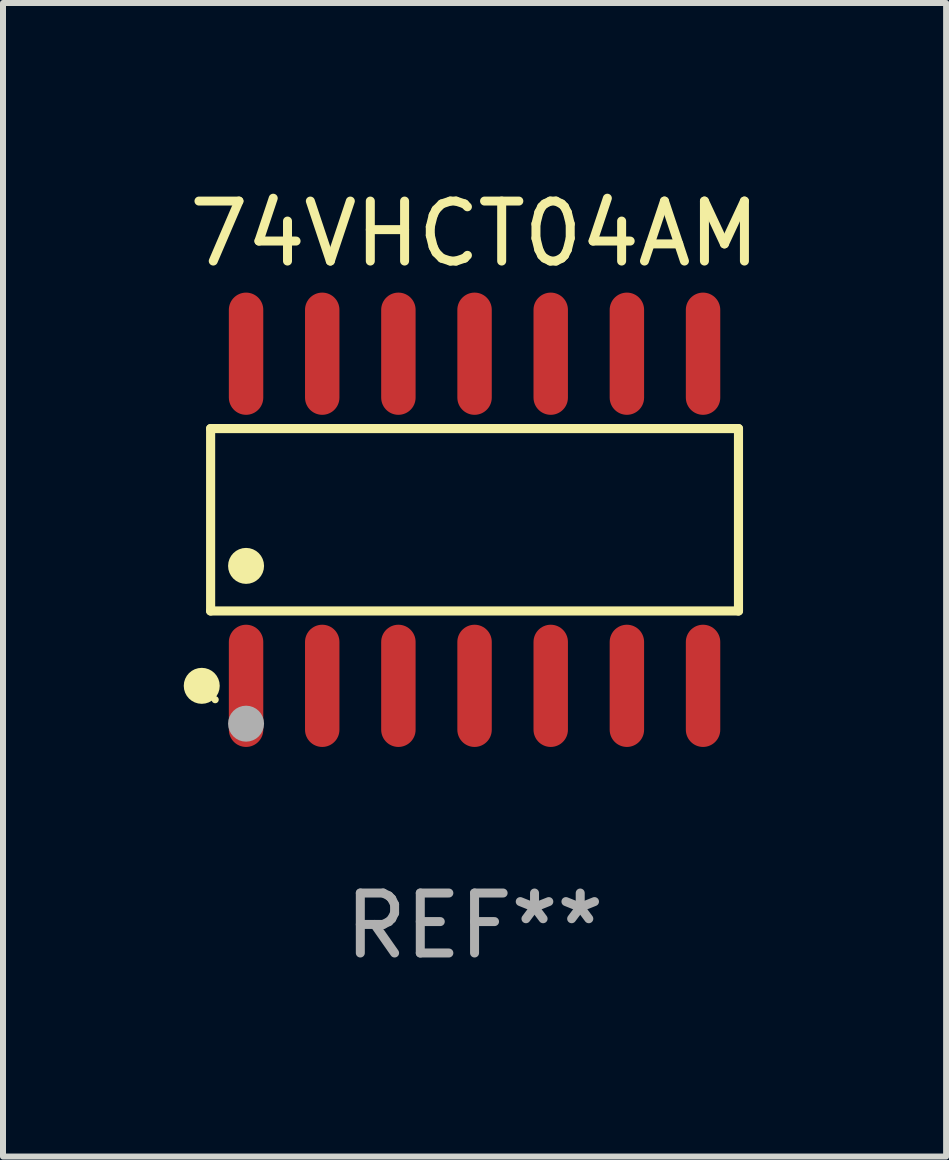
<source format=kicad_pcb>
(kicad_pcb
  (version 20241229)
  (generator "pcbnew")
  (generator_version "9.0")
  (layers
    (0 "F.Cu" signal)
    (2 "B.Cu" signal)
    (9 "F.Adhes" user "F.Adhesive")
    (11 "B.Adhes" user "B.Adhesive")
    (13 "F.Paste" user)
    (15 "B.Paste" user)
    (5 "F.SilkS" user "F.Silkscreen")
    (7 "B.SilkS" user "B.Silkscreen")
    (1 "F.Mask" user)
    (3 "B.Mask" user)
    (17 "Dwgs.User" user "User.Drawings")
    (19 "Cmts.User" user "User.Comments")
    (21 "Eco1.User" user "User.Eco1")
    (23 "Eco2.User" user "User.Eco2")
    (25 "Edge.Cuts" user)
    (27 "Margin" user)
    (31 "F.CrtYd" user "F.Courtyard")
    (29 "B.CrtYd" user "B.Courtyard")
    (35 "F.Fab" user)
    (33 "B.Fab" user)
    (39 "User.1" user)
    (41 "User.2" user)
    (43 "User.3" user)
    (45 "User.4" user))
  (footprint "74VHCT04AM"
    (layer "F.Cu")
    (at 4.863 5.617)
    (property "Reference" "74VHCT04AM" (at 0 -4.769 0) (layer "F.SilkS") (effects (font (size 1 1) (thickness 0.15))))
    (attr through_hole)
    (fp_line (start -4.401 -1.521) (end 4.401 -1.521) (stroke (width 0.152) (type solid)) (layer "F.SilkS"))
    (fp_line (start -4.401 1.521) (end -4.401 -1.521) (stroke (width 0.152) (type solid)) (layer "F.SilkS"))
    (fp_line (start 4.401 -1.521) (end 4.401 1.521) (stroke (width 0.152) (type solid)) (layer "F.SilkS"))
    (fp_line (start 4.401 1.521) (end -4.401 1.521) (stroke (width 0.152) (type solid)) (layer "F.SilkS"))
    (fp_circle (center -4.549 2.769) (end -4.399 2.769) (stroke (width 0.3) (type solid)) (fill no) (layer "F.SilkS"))
    (fp_circle (center -4.325 3) (end -4.295 3) (stroke (width 0.06) (type solid)) (fill no) (layer "F.SilkS"))
    (fp_circle (center -3.81 0.769) (end -3.66 0.769) (stroke (width 0.3) (type solid)) (fill no) (layer "F.SilkS"))
    (fp_circle (center -3.81 3.4) (end -3.66 3.4) (stroke (width 0.3) (type solid)) (fill no) (layer "F.Fab"))
    (fp_text user "REF**" (at 0 6.769 0) (layer "F.Fab") (effects (font (size 1 1) (thickness 0.15))))
    (pad "1" smd oval (at -3.81 2.769) (size 0.574 2.038) (layers "F.Cu" "F.Mask" "F.Paste"))
    (pad "2" smd oval (at -2.54 2.769) (size 0.574 2.038) (layers "F.Cu" "F.Mask" "F.Paste"))
    (pad "3" smd oval (at -1.27 2.769) (size 0.574 2.038) (layers "F.Cu" "F.Mask" "F.Paste"))
    (pad "4" smd oval (at 0 2.769) (size 0.574 2.038) (layers "F.Cu" "F.Mask" "F.Paste"))
    (pad "5" smd oval (at 1.27 2.769) (size 0.574 2.038) (layers "F.Cu" "F.Mask" "F.Paste"))
    (pad "6" smd oval (at 2.54 2.769) (size 0.574 2.038) (layers "F.Cu" "F.Mask" "F.Paste"))
    (pad "7" smd oval (at 3.81 2.769) (size 0.574 2.038) (layers "F.Cu" "F.Mask" "F.Paste"))
    (pad "8" smd oval (at 3.81 -2.769) (size 0.574 2.038) (layers "F.Cu" "F.Mask" "F.Paste"))
    (pad "9" smd oval (at 2.54 -2.769) (size 0.574 2.038) (layers "F.Cu" "F.Mask" "F.Paste"))
    (pad "10" smd oval (at 1.27 -2.769) (size 0.574 2.038) (layers "F.Cu" "F.Mask" "F.Paste"))
    (pad "11" smd oval (at 0 -2.769) (size 0.574 2.038) (layers "F.Cu" "F.Mask" "F.Paste"))
    (pad "12" smd oval (at -1.27 -2.769) (size 0.574 2.038) (layers "F.Cu" "F.Mask" "F.Paste"))
    (pad "13" smd oval (at -2.54 -2.769) (size 0.574 2.038) (layers "F.Cu" "F.Mask" "F.Paste"))
    (pad "14" smd oval (at -3.81 -2.769) (size 0.574 2.038) (layers "F.Cu" "F.Mask" "F.Paste")))
  (gr_rect
    (start -3 -3)
    (end 12.726 16.235)
    (stroke (width 0.1) (type default))
    (fill no)
    (layer "Edge.Cuts")))
</source>
